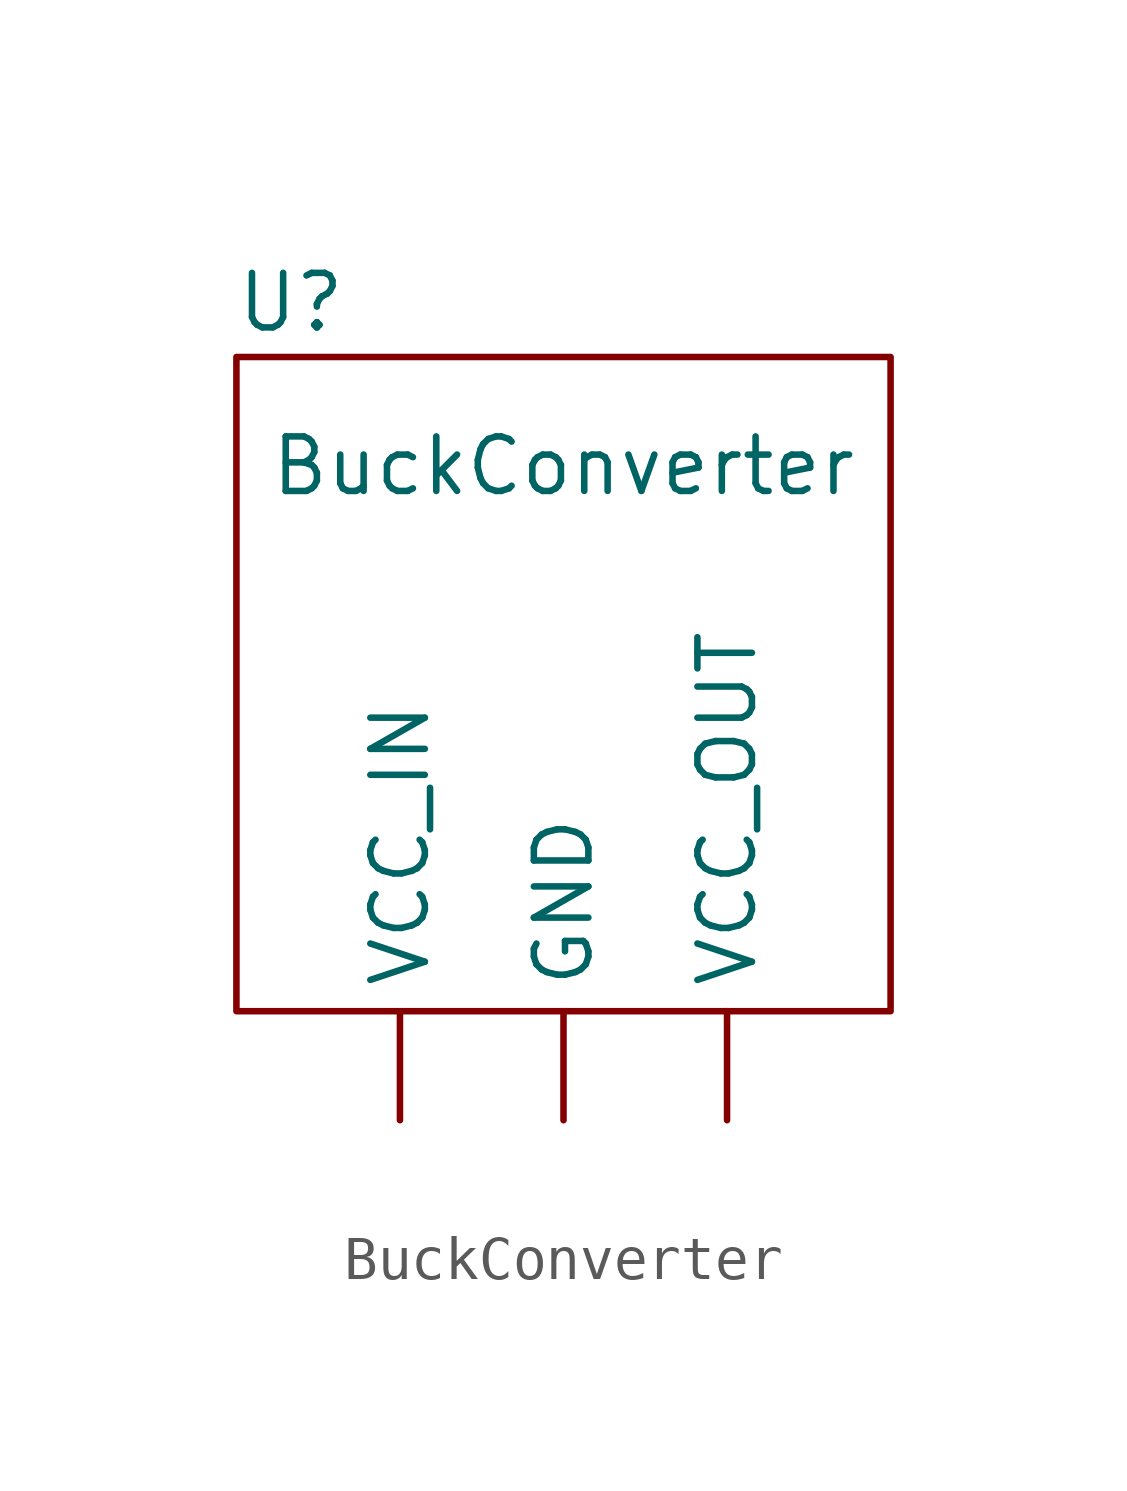
<source format=kicad_sym>
(kicad_symbol_lib
  (version 20211014)
  (generator kicad_symbol_editor)
  (symbol "BuckConverter"
    (property "Reference" "U"
      (at -6.35 16.51 0)
      (effects (font (size 1.27 1.27))))
    (property "Value" "BuckConverter"
      (at 0 12.7 0)
      (effects (font (size 1.27 1.27))))
    (symbol "BuckConverter_0_1"
      (rectangle (start 7.62 0) (end -7.62 15.24) (stroke (width 0) (type default) (color 0 0 0 0)) (fill (type none))))
    (symbol "BuckConverter_1_1"
      (pin input line (at 0 -2.54 90) (length 2.54) (name "GND" (effects (font (size 1.27 1.27)))) (number "" (effects (font (size 1.27 1.27)))))
      (pin power_in line (at -3.81 -2.54 90) (length 2.54) (name "VCC_IN" (effects (font (size 1.27 1.27)))) (number "" (effects (font (size 1.27 1.27)))))
      (pin power_out line (at 3.81 -2.54 90) (length 2.54) (name "VCC_OUT" (effects (font (size 1.27 1.27)))) (number "" (effects (font (size 1.27 1.27))))))))
</source>
